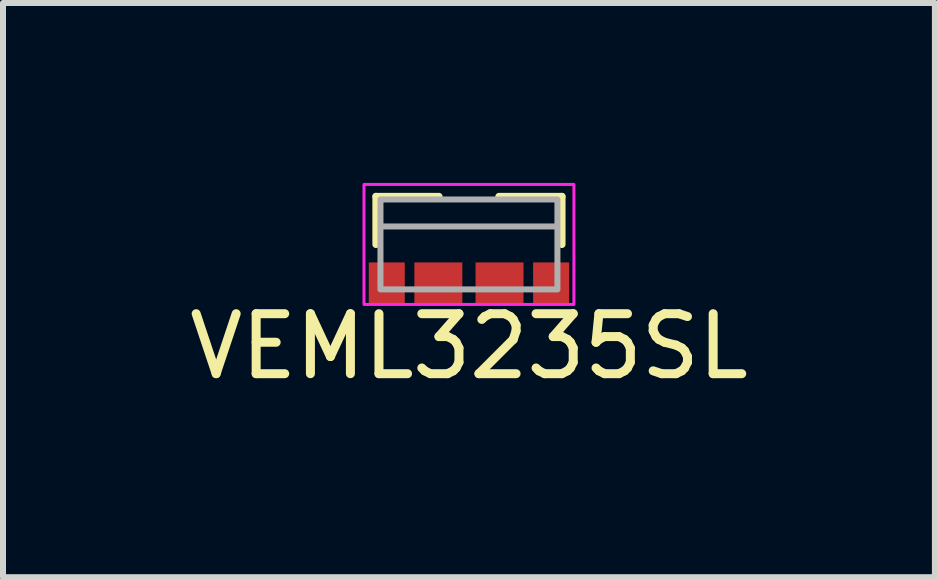
<source format=kicad_pcb>
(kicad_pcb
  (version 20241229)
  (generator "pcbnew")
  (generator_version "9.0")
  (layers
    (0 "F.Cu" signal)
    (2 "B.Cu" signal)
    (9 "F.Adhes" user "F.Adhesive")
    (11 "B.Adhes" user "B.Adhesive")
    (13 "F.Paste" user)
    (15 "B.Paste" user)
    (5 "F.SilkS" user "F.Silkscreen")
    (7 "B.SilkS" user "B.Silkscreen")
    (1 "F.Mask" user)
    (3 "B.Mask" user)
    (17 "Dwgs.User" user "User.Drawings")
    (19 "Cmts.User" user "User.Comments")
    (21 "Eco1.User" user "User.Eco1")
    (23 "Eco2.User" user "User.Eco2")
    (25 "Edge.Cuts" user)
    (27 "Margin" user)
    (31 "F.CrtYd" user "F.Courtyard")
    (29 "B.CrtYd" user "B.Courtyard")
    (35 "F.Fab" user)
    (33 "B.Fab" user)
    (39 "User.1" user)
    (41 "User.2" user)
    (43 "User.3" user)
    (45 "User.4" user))
  (footprint "VEML3235SL"
    (layer "F.Cu")
    (at 4.768 1.025)
    (property "Reference" "VEML3235SL" (at 0 1.7 0) (unlocked yes) (layer "F.SilkS") (effects (font (size 1 1) (thickness 0.15))))
    (attr smd)
    (fp_line (start -1.55 -0.8) (end -0.5 -0.8) (stroke (width 0.12) (type default)) (layer "F.SilkS"))
    (fp_line (start -1.55 0) (end -1.55 -0.8) (stroke (width 0.12) (type default)) (layer "F.SilkS"))
    (fp_line (start 0.5 -0.8) (end 1.55 -0.8) (stroke (width 0.12) (type default)) (layer "F.SilkS"))
    (fp_line (start 1.55 -0.8) (end 1.55 0) (stroke (width 0.12) (type default)) (layer "F.SilkS"))
    (fp_rect (start -1.75 -1) (end 1.75 1) (stroke (width 0.05) (type default)) (fill no) (layer "F.CrtYd"))
    (fp_line (start -1.45 -0.3) (end 1.45 -0.3) (stroke (width 0.1) (type default)) (layer "F.Fab"))
    (fp_rect (start -1.475 -0.75) (end 1.475 0.75) (stroke (width 0.1) (type default)) (fill no) (layer "F.Fab"))
    (pad "1" smd rect (at 1.37 0.65) (size 0.6 0.7) (layers "F.Cu" "F.Mask" "F.Paste"))
    (pad "2" smd rect (at 0.51 0.65) (size 0.8 0.7) (layers "F.Cu" "F.Mask" "F.Paste"))
    (pad "3" smd rect (at -0.51 0.65) (size 0.8 0.7) (layers "F.Cu" "F.Mask" "F.Paste"))
    (pad "4" smd rect (at -1.37 0.65) (size 0.6 0.7) (layers "F.Cu" "F.Mask" "F.Paste")))
  (gr_rect
    (start -3 -3)
    (end 12.536 6.573)
    (stroke (width 0.1) (type default))
    (fill no)
    (layer "Edge.Cuts")))
</source>
